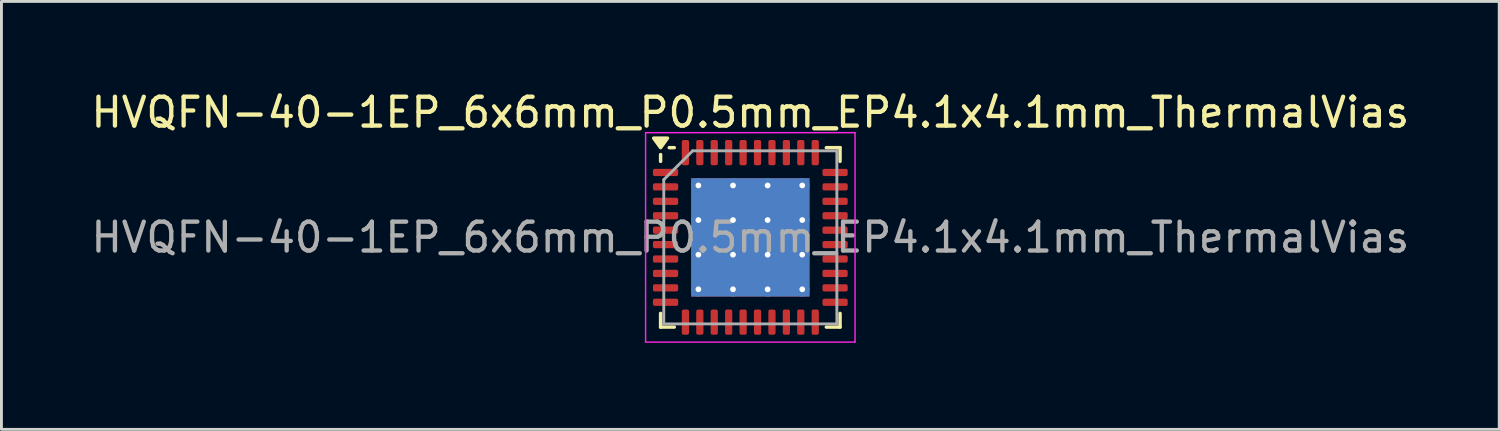
<source format=kicad_pcb>
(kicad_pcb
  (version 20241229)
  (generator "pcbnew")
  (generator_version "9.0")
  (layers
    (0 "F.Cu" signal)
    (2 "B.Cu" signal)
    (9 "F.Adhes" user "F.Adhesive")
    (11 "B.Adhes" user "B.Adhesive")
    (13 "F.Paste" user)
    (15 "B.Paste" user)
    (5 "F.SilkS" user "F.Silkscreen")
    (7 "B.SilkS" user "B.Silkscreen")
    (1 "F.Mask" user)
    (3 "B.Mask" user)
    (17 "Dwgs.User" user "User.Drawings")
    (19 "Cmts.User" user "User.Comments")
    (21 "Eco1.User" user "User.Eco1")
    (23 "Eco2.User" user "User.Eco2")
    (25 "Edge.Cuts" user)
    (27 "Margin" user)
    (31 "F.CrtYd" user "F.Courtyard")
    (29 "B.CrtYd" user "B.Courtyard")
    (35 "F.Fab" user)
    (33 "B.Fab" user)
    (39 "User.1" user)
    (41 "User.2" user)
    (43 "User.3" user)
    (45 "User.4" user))
  (footprint "HVQFN-40-1EP_6x6mm_P0.5mm_EP4.1x4.1mm_ThermalVias"
    (layer "F.Cu")
    (at 22.958 5.178)
    (property "Reference" "HVQFN-40-1EP_6x6mm_P0.5mm_EP4.1x4.1mm_ThermalVias" (at 0 -4.33 0) (layer "F.SilkS") (effects (font (size 1 1) (thickness 0.15))))
    (attr smd)
    (fp_line (start -3.11 -2.635) (end -3.11 -2.87) (stroke (width 0.12) (type solid)) (layer "F.SilkS"))
    (fp_line (start -3.11 3.11) (end -3.11 2.635) (stroke (width 0.12) (type solid)) (layer "F.SilkS"))
    (fp_line (start -2.635 -3.11) (end -2.81 -3.11) (stroke (width 0.12) (type solid)) (layer "F.SilkS"))
    (fp_line (start -2.635 3.11) (end -3.11 3.11) (stroke (width 0.12) (type solid)) (layer "F.SilkS"))
    (fp_line (start 2.635 -3.11) (end 3.11 -3.11) (stroke (width 0.12) (type solid)) (layer "F.SilkS"))
    (fp_line (start 2.635 3.11) (end 3.11 3.11) (stroke (width 0.12) (type solid)) (layer "F.SilkS"))
    (fp_line (start 3.11 -3.11) (end 3.11 -2.635) (stroke (width 0.12) (type solid)) (layer "F.SilkS"))
    (fp_line (start 3.11 3.11) (end 3.11 2.635) (stroke (width 0.12) (type solid)) (layer "F.SilkS"))
    (fp_poly (pts (xy -3.11 -3.11) (xy -3.35 -3.44) (xy -2.87 -3.44) (xy -3.11 -3.11)) (stroke (width 0.12) (type solid)) (fill yes) (layer "F.SilkS"))
    (fp_line (start -3.63 -3.63) (end -3.63 3.63) (stroke (width 0.05) (type solid)) (layer "F.CrtYd"))
    (fp_line (start -3.63 3.63) (end 3.63 3.63) (stroke (width 0.05) (type solid)) (layer "F.CrtYd"))
    (fp_line (start 3.63 -3.63) (end -3.63 -3.63) (stroke (width 0.05) (type solid)) (layer "F.CrtYd"))
    (fp_line (start 3.63 3.63) (end 3.63 -3.63) (stroke (width 0.05) (type solid)) (layer "F.CrtYd"))
    (fp_line (start -3 -2) (end -2 -3) (stroke (width 0.1) (type solid)) (layer "F.Fab"))
    (fp_line (start -3 3) (end -3 -2) (stroke (width 0.1) (type solid)) (layer "F.Fab"))
    (fp_line (start -2 -3) (end 3 -3) (stroke (width 0.1) (type solid)) (layer "F.Fab"))
    (fp_line (start 3 -3) (end 3 3) (stroke (width 0.1) (type solid)) (layer "F.Fab"))
    (fp_line (start 3 3) (end -3 3) (stroke (width 0.1) (type solid)) (layer "F.Fab"))
    (fp_text user "${REFERENCE}" (at 0 0 0) (layer "F.Fab") (effects (font (size 1 1) (thickness 0.15))))
    (pad "" smd roundrect (at -1.2 -1.2) (size 1.059 1.059) (layers "F.Paste") (roundrect_rratio 0.236))
    (pad "" smd roundrect (at -1.2 0) (size 1.059 1.059) (layers "F.Paste") (roundrect_rratio 0.236))
    (pad "" smd roundrect (at -1.2 1.2) (size 1.059 1.059) (layers "F.Paste") (roundrect_rratio 0.236))
    (pad "" smd roundrect (at 0 -1.2) (size 1.059 1.059) (layers "F.Paste") (roundrect_rratio 0.236))
    (pad "" smd roundrect (at 0 0) (size 1.059 1.059) (layers "F.Paste") (roundrect_rratio 0.236))
    (pad "" smd roundrect (at 0 1.2) (size 1.059 1.059) (layers "F.Paste") (roundrect_rratio 0.236))
    (pad "" smd roundrect (at 1.2 -1.2) (size 1.059 1.059) (layers "F.Paste") (roundrect_rratio 0.236))
    (pad "" smd roundrect (at 1.2 0) (size 1.059 1.059) (layers "F.Paste") (roundrect_rratio 0.236))
    (pad "" smd roundrect (at 1.2 1.2) (size 1.059 1.059) (layers "F.Paste") (roundrect_rratio 0.236))
    (pad "1" smd roundrect (at -2.938 -2.25) (size 0.875 0.25) (layers "F.Cu" "F.Mask" "F.Paste") (roundrect_rratio 0.25))
    (pad "2" smd roundrect (at -2.938 -1.75) (size 0.875 0.25) (layers "F.Cu" "F.Mask" "F.Paste") (roundrect_rratio 0.25))
    (pad "3" smd roundrect (at -2.938 -1.25) (size 0.875 0.25) (layers "F.Cu" "F.Mask" "F.Paste") (roundrect_rratio 0.25))
    (pad "4" smd roundrect (at -2.938 -0.75) (size 0.875 0.25) (layers "F.Cu" "F.Mask" "F.Paste") (roundrect_rratio 0.25))
    (pad "5" smd roundrect (at -2.938 -0.25) (size 0.875 0.25) (layers "F.Cu" "F.Mask" "F.Paste") (roundrect_rratio 0.25))
    (pad "6" smd roundrect (at -2.938 0.25) (size 0.875 0.25) (layers "F.Cu" "F.Mask" "F.Paste") (roundrect_rratio 0.25))
    (pad "7" smd roundrect (at -2.938 0.75) (size 0.875 0.25) (layers "F.Cu" "F.Mask" "F.Paste") (roundrect_rratio 0.25))
    (pad "8" smd roundrect (at -2.938 1.25) (size 0.875 0.25) (layers "F.Cu" "F.Mask" "F.Paste") (roundrect_rratio 0.25))
    (pad "9" smd roundrect (at -2.938 1.75) (size 0.875 0.25) (layers "F.Cu" "F.Mask" "F.Paste") (roundrect_rratio 0.25))
    (pad "10" smd roundrect (at -2.938 2.25) (size 0.875 0.25) (layers "F.Cu" "F.Mask" "F.Paste") (roundrect_rratio 0.25))
    (pad "11" smd roundrect (at -2.25 2.938) (size 0.25 0.875) (layers "F.Cu" "F.Mask" "F.Paste") (roundrect_rratio 0.25))
    (pad "12" smd roundrect (at -1.75 2.938) (size 0.25 0.875) (layers "F.Cu" "F.Mask" "F.Paste") (roundrect_rratio 0.25))
    (pad "13" smd roundrect (at -1.25 2.938) (size 0.25 0.875) (layers "F.Cu" "F.Mask" "F.Paste") (roundrect_rratio 0.25))
    (pad "14" smd roundrect (at -0.75 2.938) (size 0.25 0.875) (layers "F.Cu" "F.Mask" "F.Paste") (roundrect_rratio 0.25))
    (pad "15" smd roundrect (at -0.25 2.938) (size 0.25 0.875) (layers "F.Cu" "F.Mask" "F.Paste") (roundrect_rratio 0.25))
    (pad "16" smd roundrect (at 0.25 2.938) (size 0.25 0.875) (layers "F.Cu" "F.Mask" "F.Paste") (roundrect_rratio 0.25))
    (pad "17" smd roundrect (at 0.75 2.938) (size 0.25 0.875) (layers "F.Cu" "F.Mask" "F.Paste") (roundrect_rratio 0.25))
    (pad "18" smd roundrect (at 1.25 2.938) (size 0.25 0.875) (layers "F.Cu" "F.Mask" "F.Paste") (roundrect_rratio 0.25))
    (pad "19" smd roundrect (at 1.75 2.938) (size 0.25 0.875) (layers "F.Cu" "F.Mask" "F.Paste") (roundrect_rratio 0.25))
    (pad "20" smd roundrect (at 2.25 2.938) (size 0.25 0.875) (layers "F.Cu" "F.Mask" "F.Paste") (roundrect_rratio 0.25))
    (pad "21" smd roundrect (at 2.938 2.25) (size 0.875 0.25) (layers "F.Cu" "F.Mask" "F.Paste") (roundrect_rratio 0.25))
    (pad "22" smd roundrect (at 2.938 1.75) (size 0.875 0.25) (layers "F.Cu" "F.Mask" "F.Paste") (roundrect_rratio 0.25))
    (pad "23" smd roundrect (at 2.938 1.25) (size 0.875 0.25) (layers "F.Cu" "F.Mask" "F.Paste") (roundrect_rratio 0.25))
    (pad "24" smd roundrect (at 2.938 0.75) (size 0.875 0.25) (layers "F.Cu" "F.Mask" "F.Paste") (roundrect_rratio 0.25))
    (pad "25" smd roundrect (at 2.938 0.25) (size 0.875 0.25) (layers "F.Cu" "F.Mask" "F.Paste") (roundrect_rratio 0.25))
    (pad "26" smd roundrect (at 2.938 -0.25) (size 0.875 0.25) (layers "F.Cu" "F.Mask" "F.Paste") (roundrect_rratio 0.25))
    (pad "27" smd roundrect (at 2.938 -0.75) (size 0.875 0.25) (layers "F.Cu" "F.Mask" "F.Paste") (roundrect_rratio 0.25))
    (pad "28" smd roundrect (at 2.938 -1.25) (size 0.875 0.25) (layers "F.Cu" "F.Mask" "F.Paste") (roundrect_rratio 0.25))
    (pad "29" smd roundrect (at 2.938 -1.75) (size 0.875 0.25) (layers "F.Cu" "F.Mask" "F.Paste") (roundrect_rratio 0.25))
    (pad "30" smd roundrect (at 2.938 -2.25) (size 0.875 0.25) (layers "F.Cu" "F.Mask" "F.Paste") (roundrect_rratio 0.25))
    (pad "31" smd roundrect (at 2.25 -2.938) (size 0.25 0.875) (layers "F.Cu" "F.Mask" "F.Paste") (roundrect_rratio 0.25))
    (pad "32" smd roundrect (at 1.75 -2.938) (size 0.25 0.875) (layers "F.Cu" "F.Mask" "F.Paste") (roundrect_rratio 0.25))
    (pad "33" smd roundrect (at 1.25 -2.938) (size 0.25 0.875) (layers "F.Cu" "F.Mask" "F.Paste") (roundrect_rratio 0.25))
    (pad "34" smd roundrect (at 0.75 -2.938) (size 0.25 0.875) (layers "F.Cu" "F.Mask" "F.Paste") (roundrect_rratio 0.25))
    (pad "35" smd roundrect (at 0.25 -2.938) (size 0.25 0.875) (layers "F.Cu" "F.Mask" "F.Paste") (roundrect_rratio 0.25))
    (pad "36" smd roundrect (at -0.25 -2.938) (size 0.25 0.875) (layers "F.Cu" "F.Mask" "F.Paste") (roundrect_rratio 0.25))
    (pad "37" smd roundrect (at -0.75 -2.938) (size 0.25 0.875) (layers "F.Cu" "F.Mask" "F.Paste") (roundrect_rratio 0.25))
    (pad "38" smd roundrect (at -1.25 -2.938) (size 0.25 0.875) (layers "F.Cu" "F.Mask" "F.Paste") (roundrect_rratio 0.25))
    (pad "39" smd roundrect (at -1.75 -2.938) (size 0.25 0.875) (layers "F.Cu" "F.Mask" "F.Paste") (roundrect_rratio 0.25))
    (pad "40" smd roundrect (at -2.25 -2.938) (size 0.25 0.875) (layers "F.Cu" "F.Mask" "F.Paste") (roundrect_rratio 0.25))
    (pad "41" thru_hole circle (at -1.8 -1.8) (size 0.5 0.5) (drill 0.2) (property pad_prop_heatsink) (layers "*.Cu"))
    (pad "41" thru_hole circle (at -1.8 -0.6) (size 0.5 0.5) (drill 0.2) (property pad_prop_heatsink) (layers "*.Cu"))
    (pad "41" thru_hole circle (at -1.8 0.6) (size 0.5 0.5) (drill 0.2) (property pad_prop_heatsink) (layers "*.Cu"))
    (pad "41" thru_hole circle (at -1.8 1.8) (size 0.5 0.5) (drill 0.2) (property pad_prop_heatsink) (layers "*.Cu"))
    (pad "41" thru_hole circle (at -0.6 -1.8) (size 0.5 0.5) (drill 0.2) (property pad_prop_heatsink) (layers "*.Cu"))
    (pad "41" thru_hole circle (at -0.6 -0.6) (size 0.5 0.5) (drill 0.2) (property pad_prop_heatsink) (layers "*.Cu"))
    (pad "41" thru_hole circle (at -0.6 0.6) (size 0.5 0.5) (drill 0.2) (property pad_prop_heatsink) (layers "*.Cu"))
    (pad "41" thru_hole circle (at -0.6 1.8) (size 0.5 0.5) (drill 0.2) (property pad_prop_heatsink) (layers "*.Cu"))
    (pad "41" smd rect (at 0 0) (size 4.1 4.1) (property pad_prop_heatsink) (layers "F.Cu" "F.Mask"))
    (pad "41" smd rect (at 0 0) (size 4.1 4.1) (property pad_prop_heatsink) (layers "B.Cu"))
    (pad "41" thru_hole circle (at 0.6 -1.8) (size 0.5 0.5) (drill 0.2) (property pad_prop_heatsink) (layers "*.Cu"))
    (pad "41" thru_hole circle (at 0.6 -0.6) (size 0.5 0.5) (drill 0.2) (property pad_prop_heatsink) (layers "*.Cu"))
    (pad "41" thru_hole circle (at 0.6 0.6) (size 0.5 0.5) (drill 0.2) (property pad_prop_heatsink) (layers "*.Cu"))
    (pad "41" thru_hole circle (at 0.6 1.8) (size 0.5 0.5) (drill 0.2) (property pad_prop_heatsink) (layers "*.Cu"))
    (pad "41" thru_hole circle (at 1.8 -1.8) (size 0.5 0.5) (drill 0.2) (property pad_prop_heatsink) (layers "*.Cu"))
    (pad "41" thru_hole circle (at 1.8 -0.6) (size 0.5 0.5) (drill 0.2) (property pad_prop_heatsink) (layers "*.Cu"))
    (pad "41" thru_hole circle (at 1.8 0.6) (size 0.5 0.5) (drill 0.2) (property pad_prop_heatsink) (layers "*.Cu"))
    (pad "41" thru_hole circle (at 1.8 1.8) (size 0.5 0.5) (drill 0.2) (property pad_prop_heatsink) (layers "*.Cu")))
  (gr_rect
    (start -3 -3)
    (end 48.917 11.833)
    (stroke (width 0.1) (type default))
    (fill no)
    (layer "Edge.Cuts")))
</source>
